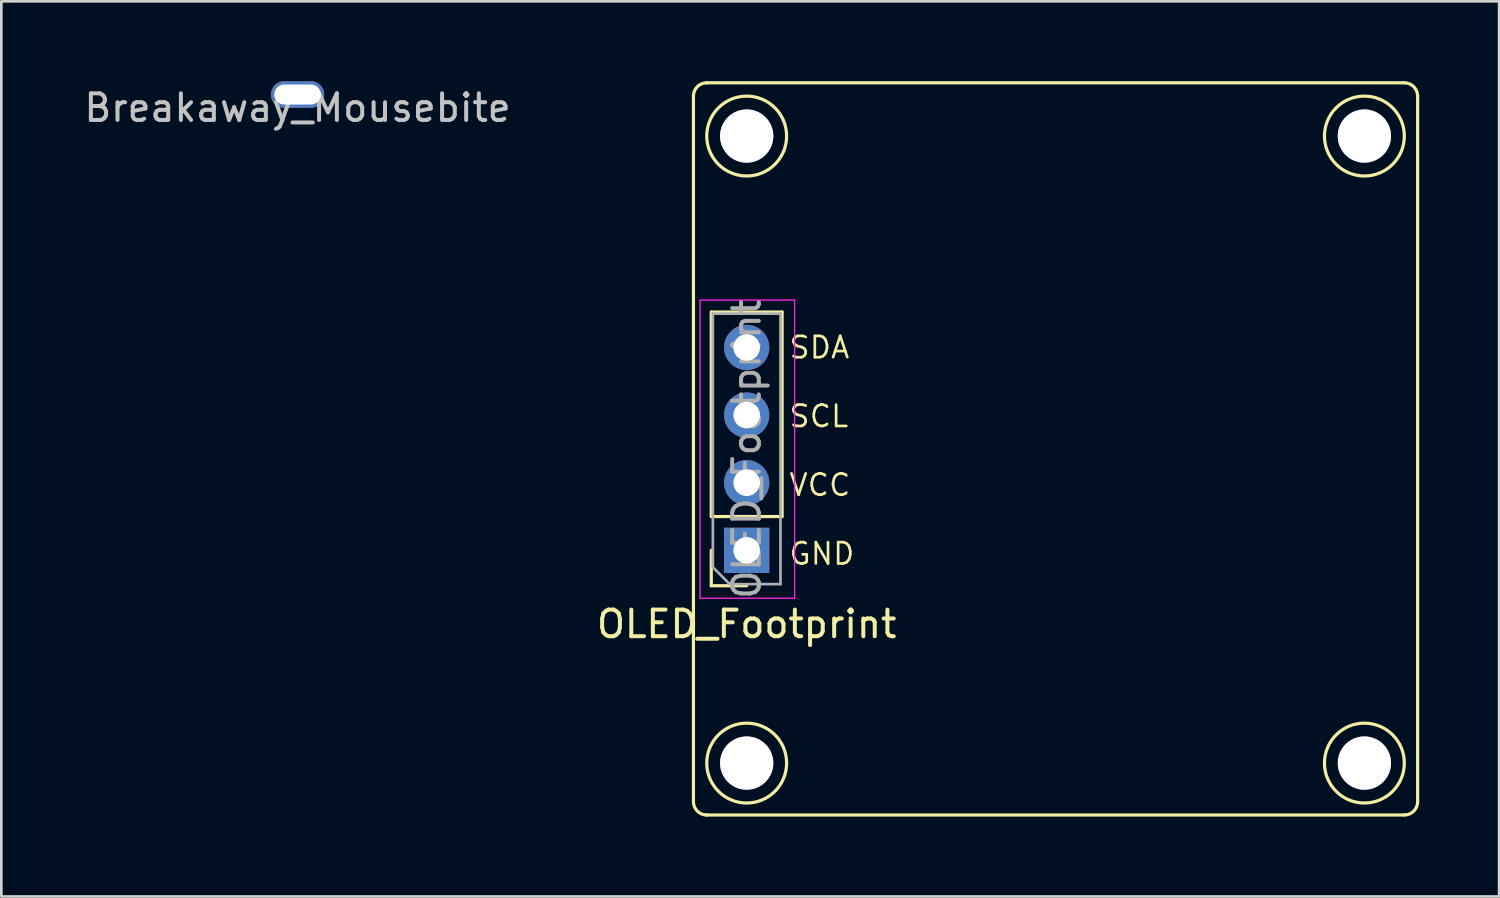
<source format=kicad_pcb>
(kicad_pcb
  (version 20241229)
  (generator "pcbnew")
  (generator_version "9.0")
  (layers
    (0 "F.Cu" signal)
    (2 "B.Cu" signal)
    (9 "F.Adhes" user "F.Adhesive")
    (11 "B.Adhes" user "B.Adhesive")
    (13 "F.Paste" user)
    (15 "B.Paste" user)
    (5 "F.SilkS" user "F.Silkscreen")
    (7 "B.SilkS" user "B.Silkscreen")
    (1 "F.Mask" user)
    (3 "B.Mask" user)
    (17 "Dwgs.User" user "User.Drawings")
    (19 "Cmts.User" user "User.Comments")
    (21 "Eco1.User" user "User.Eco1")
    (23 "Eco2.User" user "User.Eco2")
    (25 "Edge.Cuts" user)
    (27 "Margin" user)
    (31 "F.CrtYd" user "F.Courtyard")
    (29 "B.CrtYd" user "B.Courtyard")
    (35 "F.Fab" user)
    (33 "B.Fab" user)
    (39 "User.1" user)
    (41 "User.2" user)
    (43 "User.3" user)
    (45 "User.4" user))
  (footprint "OLED_Footprint"
    (layer "F.Cu")
    (at 24.994 10)
    (property "Reference" "OLED_Footprint" (at 0 10.39 0) (layer "F.SilkS") (effects (font (size 1 1) (thickness 0.15))))
    (attr through_hole)
    (fp_line (start -2 -9.461) (end -2 17.06) (stroke (width 0.12) (type solid)) (layer "F.SilkS"))
    (fp_line (start -1.5 -9.94) (end 24.701 -9.94) (stroke (width 0.12) (type solid)) (layer "F.SilkS"))
    (fp_line (start -1.33 6.35) (end -1.33 -1.33) (stroke (width 0.12) (type solid)) (layer "F.SilkS"))
    (fp_line (start -1.33 8.95) (end -1.33 7.62) (stroke (width 0.12) (type solid)) (layer "F.SilkS"))
    (fp_line (start 0 8.95) (end -1.33 8.95) (stroke (width 0.12) (type solid)) (layer "F.SilkS"))
    (fp_line (start 1.33 -1.33) (end -1.33 -1.33) (stroke (width 0.12) (type solid)) (layer "F.SilkS"))
    (fp_line (start 1.33 6.35) (end -1.33 6.35) (stroke (width 0.12) (type solid)) (layer "F.SilkS"))
    (fp_line (start 1.33 6.35) (end 1.33 -1.33) (stroke (width 0.12) (type solid)) (layer "F.SilkS"))
    (fp_line (start 24.7 17.56) (end -1.524 17.56) (stroke (width 0.12) (type solid)) (layer "F.SilkS"))
    (fp_line (start 25.2 -9.461) (end 25.2 17.06) (stroke (width 0.12) (type solid)) (layer "F.SilkS"))
    (fp_arc (start -2 -9.44) (mid -1.853553 -9.793553) (end -1.5 -9.94) (stroke (width 0.12) (type solid)) (layer "F.SilkS"))
    (fp_arc (start -1.5 17.56) (mid -1.853553 17.413553) (end -2 17.06) (stroke (width 0.12) (type solid)) (layer "F.SilkS"))
    (fp_arc (start 24.7 -9.94) (mid 25.053553 -9.793553) (end 25.2 -9.44) (stroke (width 0.12) (type solid)) (layer "F.SilkS"))
    (fp_arc (start 25.2 17.06) (mid 25.053553 17.413553) (end 24.7 17.56) (stroke (width 0.12) (type solid)) (layer "F.SilkS"))
    (fp_circle (center 0 -7.94) (end 1.5 -7.94) (stroke (width 0.12) (type solid)) (fill no) (layer "F.SilkS"))
    (fp_circle (center 0 15.61) (end 1.5 15.61) (stroke (width 0.12) (type solid)) (fill no) (layer "F.SilkS"))
    (fp_circle (center 23.2 -7.94) (end 24.7 -7.94) (stroke (width 0.12) (type solid)) (fill no) (layer "F.SilkS"))
    (fp_circle (center 23.2 15.61) (end 24.7 15.61) (stroke (width 0.12) (type solid)) (fill no) (layer "F.SilkS"))
    (fp_line (start -1.75 -1.78) (end 1.8 -1.78) (stroke (width 0.05) (type solid)) (layer "F.CrtYd"))
    (fp_line (start -1.75 9.42) (end -1.75 -1.78) (stroke (width 0.05) (type solid)) (layer "F.CrtYd"))
    (fp_line (start 1.8 -1.78) (end 1.8 9.42) (stroke (width 0.05) (type solid)) (layer "F.CrtYd"))
    (fp_line (start 1.8 9.42) (end -1.75 9.42) (stroke (width 0.05) (type solid)) (layer "F.CrtYd"))
    (fp_line (start -1.27 -1.27) (end 1.27 -1.27) (stroke (width 0.1) (type solid)) (layer "F.Fab"))
    (fp_line (start -1.27 8.255) (end -1.27 -1.27) (stroke (width 0.1) (type solid)) (layer "F.Fab"))
    (fp_line (start -0.635 8.89) (end -1.27 8.255) (stroke (width 0.1) (type solid)) (layer "F.Fab"))
    (fp_line (start 1.27 -1.27) (end 1.27 8.89) (stroke (width 0.1) (type solid)) (layer "F.Fab"))
    (fp_line (start 1.27 8.89) (end -0.635 8.89) (stroke (width 0.1) (type solid)) (layer "F.Fab"))
    (fp_text user "VCC" (at 2.75 5.165 0) (layer "F.SilkS") (effects (font (size 0.8 0.8) (thickness 0.1))))
    (fp_text user "SCL" (at 2.711 2.582 0) (layer "F.SilkS") (effects (font (size 0.8 0.8) (thickness 0.1))))
    (fp_text user "GND" (at 2.826 7.747 0) (layer "F.SilkS") (effects (font (size 0.8 0.8) (thickness 0.1))))
    (fp_text user "SDA" (at 2.731 0 0) (layer "F.SilkS") (effects (font (size 0.8 0.8) (thickness 0.1))))
    (fp_text user "${REFERENCE}" (at 0 3.81 90) (layer "F.Fab") (effects (font (size 1 1) (thickness 0.15))))
    (pad "1" thru_hole rect (at 0 7.62 180) (size 1.7 1.7) (drill 1) (layers "*.Cu" "*.Mask"))
    (pad "2" thru_hole oval (at 0 5.08 180) (size 1.7 1.7) (drill 1) (layers "*.Cu" "*.Mask"))
    (pad "3" thru_hole oval (at 0 2.54 180) (size 1.7 1.7) (drill 1) (layers "*.Cu" "*.Mask"))
    (pad "4" thru_hole oval (at 0 0 180) (size 1.7 1.7) (drill 1) (layers "*.Cu" "*.Mask"))
    (pad "5" thru_hole circle (at 0 -7.94) (size 2 2) (drill 2) (layers "*.Cu" "*.Mask"))
    (pad "5" thru_hole circle (at 0 15.61) (size 2 2) (drill 2) (layers "*.Cu" "*.Mask"))
    (pad "5" thru_hole circle (at 23.2 -7.94) (size 2 2) (drill 2) (layers "*.Cu" "*.Mask"))
    (pad "5" thru_hole circle (at 23.2 15.61) (size 2 2) (drill 2) (layers "*.Cu" "*.Mask")))
  (footprint "Breakaway_Mousebite"
    (layer "F.Cu")
    (at 8.125 0.5)
    (property "Reference" "Breakaway_Mousebite" (at 0 0.5 0) (layer "Dwgs.User") (effects (font (size 1 1) (thickness 0.15))))
    (attr through_hole)
    (pad "" np_thru_hole oval (at 0 0) (size 2 1) (drill oval 1.75 0.75) (layers "*.Cu" "*.Mask")))
  (gr_rect
    (start -3 -3)
    (end 53.254 30.62)
    (stroke (width 0.1) (type default))
    (fill no)
    (layer "Edge.Cuts")))
</source>
